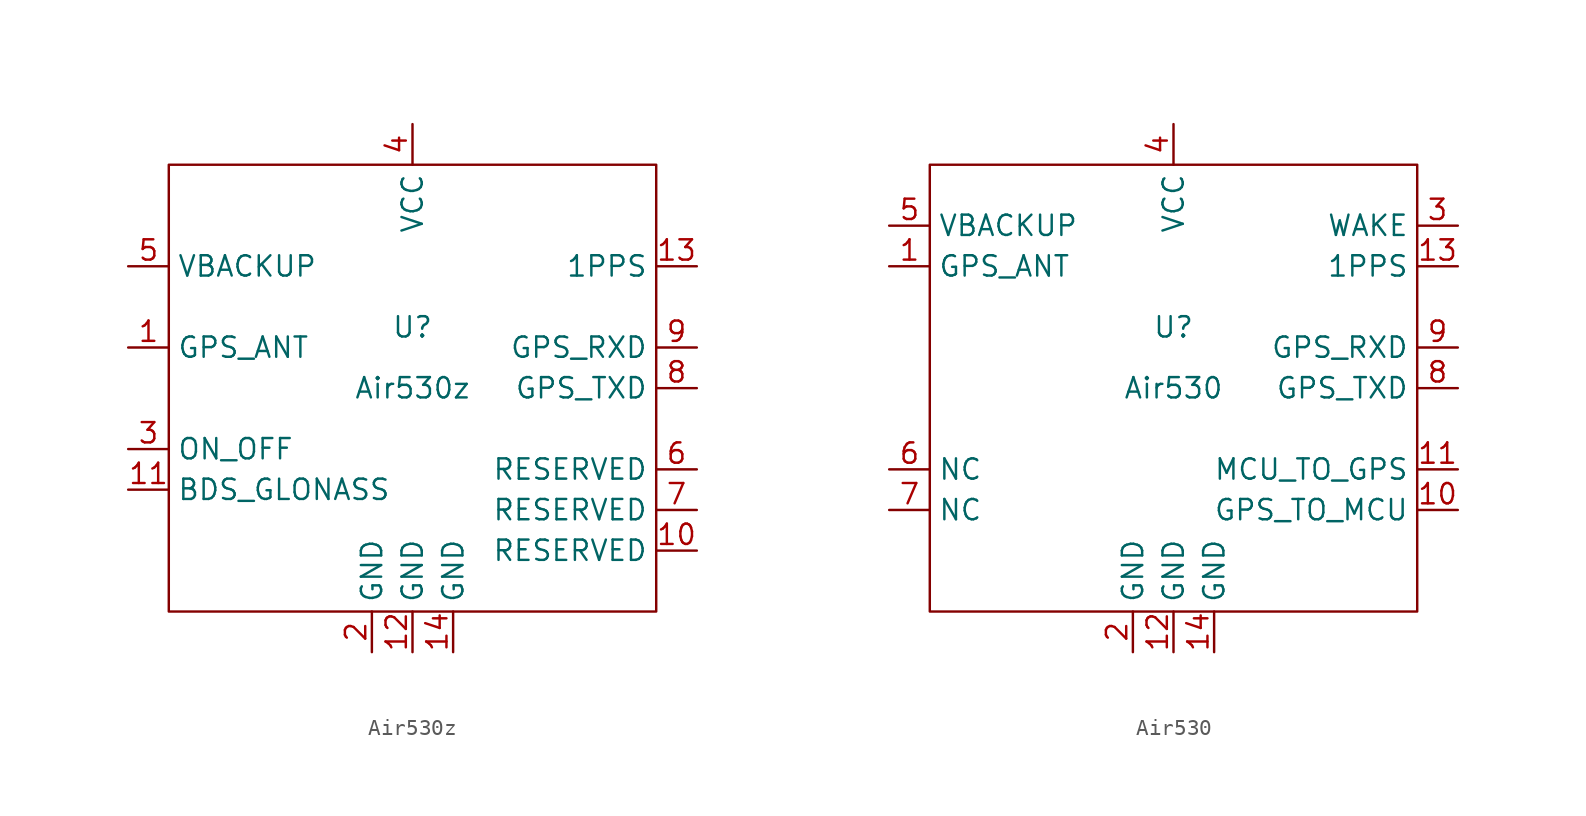
<source format=kicad_sym>
(kicad_symbol_lib
  (version 20211014)
  (generator kicad_symbol_editor)
  (symbol "Air530z"
    (property "Reference" "U"
      (at 0 3.81 0)
      (effects (font (size 1.27 1.27))))
    (property "Value" "Air530z"
      (at 0 0 0)
      (effects (font (size 1.27 1.27))))
    (symbol "Air530z_0_1"
      (rectangle (start -15.24 13.97) (end 15.24 -13.97) (stroke (width 0) (type default) (color 0 0 0 0)) (fill (type none))))
    (symbol "Air530z_1_1"
      (pin input line (at -17.78 2.54 0) (length 2.54) (name "GPS_ANT" (effects (font (size 1.27 1.27)))) (number "1" (effects (font (size 1.27 1.27)))))
      (pin passive line (at 17.78 -10.16 180) (length 2.54) (name "RESERVED" (effects (font (size 1.27 1.27)))) (number "10" (effects (font (size 1.27 1.27)))))
      (pin input line (at -17.78 -6.35 0) (length 2.54) (name "BDS_GLONASS" (effects (font (size 1.27 1.27)))) (number "11" (effects (font (size 1.27 1.27)))))
      (pin power_in line (at 0 -16.51 90) (length 2.54) (name "GND" (effects (font (size 1.27 1.27)))) (number "12" (effects (font (size 1.27 1.27)))))
      (pin output line (at 17.78 7.62 180) (length 2.54) (name "1PPS" (effects (font (size 1.27 1.27)))) (number "13" (effects (font (size 1.27 1.27)))))
      (pin power_in line (at 2.54 -16.51 90) (length 2.54) (name "GND" (effects (font (size 1.27 1.27)))) (number "14" (effects (font (size 1.27 1.27)))))
      (pin power_in line (at -2.54 -16.51 90) (length 2.54) (name "GND" (effects (font (size 1.27 1.27)))) (number "2" (effects (font (size 1.27 1.27)))))
      (pin input line (at -17.78 -3.81 0) (length 2.54) (name "ON_OFF" (effects (font (size 1.27 1.27)))) (number "3" (effects (font (size 1.27 1.27)))))
      (pin power_in line (at 0 16.51 270) (length 2.54) (name "VCC" (effects (font (size 1.27 1.27)))) (number "4" (effects (font (size 1.27 1.27)))))
      (pin power_in line (at -17.78 7.62 0) (length 2.54) (name "VBACKUP" (effects (font (size 1.27 1.27)))) (number "5" (effects (font (size 1.27 1.27)))))
      (pin passive line (at 17.78 -5.08 180) (length 2.54) (name "RESERVED" (effects (font (size 1.27 1.27)))) (number "6" (effects (font (size 1.27 1.27)))))
      (pin passive line (at 17.78 -7.62 180) (length 2.54) (name "RESERVED" (effects (font (size 1.27 1.27)))) (number "7" (effects (font (size 1.27 1.27)))))
      (pin output line (at 17.78 0 180) (length 2.54) (name "GPS_TXD" (effects (font (size 1.27 1.27)))) (number "8" (effects (font (size 1.27 1.27)))))
      (pin input line (at 17.78 2.54 180) (length 2.54) (name "GPS_RXD" (effects (font (size 1.27 1.27)))) (number "9" (effects (font (size 1.27 1.27)))))))
  (symbol "Air530"
    (property "Reference" "U"
      (at 0 3.81 0)
      (effects (font (size 1.27 1.27))))
    (property "Value" "Air530"
      (at 0 0 0)
      (effects (font (size 1.27 1.27))))
    (symbol "Air530_0_1"
      (rectangle (start -15.24 13.97) (end 15.24 -13.97) (stroke (width 0) (type default) (color 0 0 0 0)) (fill (type none))))
    (symbol "Air530_1_1"
      (pin input line (at -17.78 7.62 0) (length 2.54) (name "GPS_ANT" (effects (font (size 1.27 1.27)))) (number "1" (effects (font (size 1.27 1.27)))))
      (pin output line (at 17.78 -7.62 180) (length 2.54) (name "GPS_TO_MCU" (effects (font (size 1.27 1.27)))) (number "10" (effects (font (size 1.27 1.27)))))
      (pin input line (at 17.78 -5.08 180) (length 2.54) (name "MCU_TO_GPS" (effects (font (size 1.27 1.27)))) (number "11" (effects (font (size 1.27 1.27)))))
      (pin power_in line (at 0 -16.51 90) (length 2.54) (name "GND" (effects (font (size 1.27 1.27)))) (number "12" (effects (font (size 1.27 1.27)))))
      (pin output line (at 17.78 7.62 180) (length 2.54) (name "1PPS" (effects (font (size 1.27 1.27)))) (number "13" (effects (font (size 1.27 1.27)))))
      (pin power_in line (at 2.54 -16.51 90) (length 2.54) (name "GND" (effects (font (size 1.27 1.27)))) (number "14" (effects (font (size 1.27 1.27)))))
      (pin power_in line (at -2.54 -16.51 90) (length 2.54) (name "GND" (effects (font (size 1.27 1.27)))) (number "2" (effects (font (size 1.27 1.27)))))
      (pin input line (at 17.78 10.16 180) (length 2.54) (name "WAKE" (effects (font (size 1.27 1.27)))) (number "3" (effects (font (size 1.27 1.27)))))
      (pin power_in line (at 0 16.51 270) (length 2.54) (name "VCC" (effects (font (size 1.27 1.27)))) (number "4" (effects (font (size 1.27 1.27)))))
      (pin power_in line (at -17.78 10.16 0) (length 2.54) (name "VBACKUP" (effects (font (size 1.27 1.27)))) (number "5" (effects (font (size 1.27 1.27)))))
      (pin passive line (at -17.78 -5.08 0) (length 2.54) (name "NC" (effects (font (size 1.27 1.27)))) (number "6" (effects (font (size 1.27 1.27)))))
      (pin passive line (at -17.78 -7.62 0) (length 2.54) (name "NC" (effects (font (size 1.27 1.27)))) (number "7" (effects (font (size 1.27 1.27)))))
      (pin output line (at 17.78 0 180) (length 2.54) (name "GPS_TXD" (effects (font (size 1.27 1.27)))) (number "8" (effects (font (size 1.27 1.27)))))
      (pin input line (at 17.78 2.54 180) (length 2.54) (name "GPS_RXD" (effects (font (size 1.27 1.27)))) (number "9" (effects (font (size 1.27 1.27))))))))
</source>
